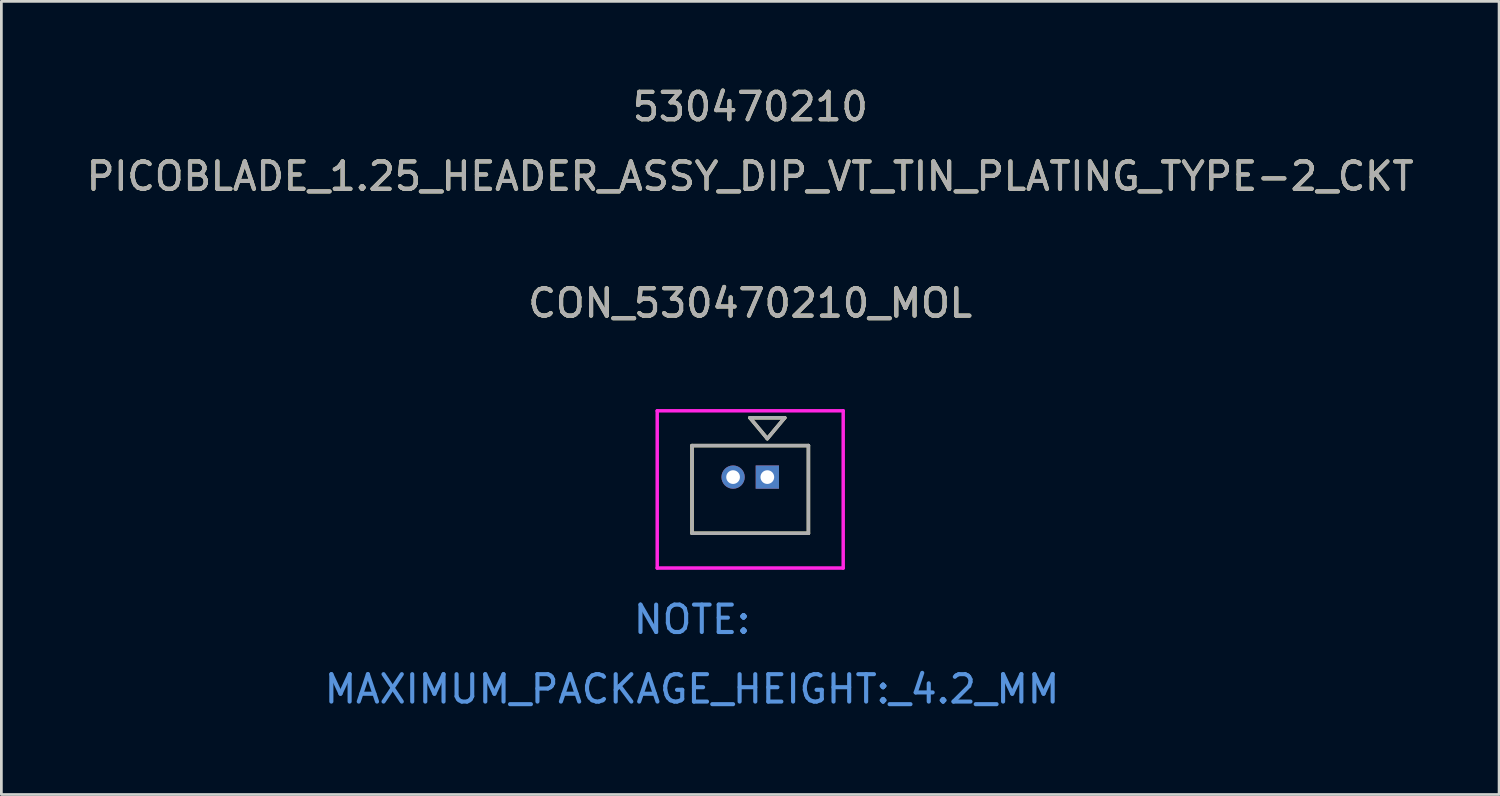
<source format=kicad_pcb>
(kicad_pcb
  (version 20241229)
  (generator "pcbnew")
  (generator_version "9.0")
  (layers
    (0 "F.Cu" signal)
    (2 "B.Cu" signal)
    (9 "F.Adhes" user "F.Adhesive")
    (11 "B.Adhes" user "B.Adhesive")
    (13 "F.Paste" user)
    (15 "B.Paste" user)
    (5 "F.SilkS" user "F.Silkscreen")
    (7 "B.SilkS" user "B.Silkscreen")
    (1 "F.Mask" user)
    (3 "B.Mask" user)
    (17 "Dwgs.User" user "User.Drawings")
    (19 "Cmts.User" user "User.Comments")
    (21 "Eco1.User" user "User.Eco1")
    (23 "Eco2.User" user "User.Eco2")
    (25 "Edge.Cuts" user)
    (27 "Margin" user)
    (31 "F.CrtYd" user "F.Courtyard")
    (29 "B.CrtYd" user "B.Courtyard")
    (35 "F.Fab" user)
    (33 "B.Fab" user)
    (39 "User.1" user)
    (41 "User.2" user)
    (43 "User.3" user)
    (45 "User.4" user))
  (footprint "CON_530470210_MOL"
    (layer "F.Cu")
    (at 24.964 14.368)
    (property "Reference" "CON_530470210_MOL" (at -0.625 -6.35 0) (unlocked yes) (layer "F.SilkS") (effects (font (size 1 1) (thickness 0.15))))
    (attr through_hole)
    (fp_line (start -2.75 -1.15) (end -2.75 2.05) (stroke (width 0.127) (type solid)) (layer "F.SilkS"))
    (fp_line (start -2.75 2.05) (end 1.5 2.05) (stroke (width 0.127) (type solid)) (layer "F.SilkS"))
    (fp_line (start -0.635 -2.166) (end 0 -1.404) (stroke (width 0.127) (type solid)) (layer "F.SilkS"))
    (fp_line (start 0 -1.404) (end 0.635 -2.166) (stroke (width 0.127) (type solid)) (layer "F.SilkS"))
    (fp_line (start 0.635 -2.166) (end -0.635 -2.166) (stroke (width 0.127) (type solid)) (layer "F.SilkS"))
    (fp_line (start 1.5 -1.15) (end -2.75 -1.15) (stroke (width 0.127) (type solid)) (layer "F.SilkS"))
    (fp_line (start 1.5 2.05) (end 1.5 -1.15) (stroke (width 0.127) (type solid)) (layer "F.SilkS"))
    (fp_line (start -4.02 -2.42) (end -4.02 3.32) (stroke (width 0.127) (type solid)) (layer "F.CrtYd"))
    (fp_line (start -4.02 3.32) (end 2.77 3.32) (stroke (width 0.127) (type solid)) (layer "F.CrtYd"))
    (fp_line (start 2.77 -2.42) (end -4.02 -2.42) (stroke (width 0.127) (type solid)) (layer "F.CrtYd"))
    (fp_line (start 2.77 3.32) (end 2.77 -2.42) (stroke (width 0.127) (type solid)) (layer "F.CrtYd"))
    (fp_line (start -2.75 -1.15) (end -2.75 2.05) (stroke (width 0.127) (type solid)) (layer "F.Fab"))
    (fp_line (start -2.75 2.05) (end 1.5 2.05) (stroke (width 0.127) (type solid)) (layer "F.Fab"))
    (fp_line (start -0.635 -2.166) (end 0 -1.404) (stroke (width 0.127) (type solid)) (layer "F.Fab"))
    (fp_line (start 0 -1.404) (end 0.635 -2.166) (stroke (width 0.127) (type solid)) (layer "F.Fab"))
    (fp_line (start 0.635 -2.166) (end -0.635 -2.166) (stroke (width 0.127) (type solid)) (layer "F.Fab"))
    (fp_line (start 1.5 -1.15) (end -2.75 -1.15) (stroke (width 0.127) (type solid)) (layer "F.Fab"))
    (fp_line (start 1.5 2.05) (end 1.5 -1.15) (stroke (width 0.127) (type solid)) (layer "F.Fab"))
    (fp_text user "530470210" (at -0.625 -13.52 0) (unlocked yes) (layer "F.SilkS") (effects (font (size 1 1) (thickness 0.15))))
    (fp_text user "PICOBLADE_1.25_HEADER_ASSY_DIP_VT_TIN_PLATING_TYPE-2_CKT" (at -0.625 -10.98 0) (unlocked yes) (layer "F.SilkS") (effects (font (size 1 1) (thickness 0.15))))
    (fp_text user "NOTE:" (at -2.75 5.2 0) (unlocked yes) (layer "Cmts.User") (effects (font (size 1 1) (thickness 0.15))))
    (fp_text user "MAXIMUM_PACKAGE_HEIGHT:_4.2_MM" (at -2.75 7.74 0) (unlocked yes) (layer "Cmts.User") (effects (font (size 1 1) (thickness 0.15))))
    (fp_text user "${REFERENCE}" (at -0.625 -6.35 0) (unlocked yes) (layer "F.Fab") (effects (font (size 1 1) (thickness 0.15))))
    (fp_text user "PICOBLADE_1.25_HEADER_ASSY_DIP_VT_TIN_PLATING_TYPE-2_CKT" (at -0.625 -10.98 0) (unlocked yes) (layer "F.Fab") (effects (font (size 1 1) (thickness 0.15))))
    (fp_text user "530470210" (at -0.625 -13.52 0) (unlocked yes) (layer "F.Fab") (effects (font (size 1 1) (thickness 0.15))))
    (pad "1" thru_hole rect (at 0 0) (size 0.85 0.85) (drill 0.5) (layers "*.Cu" "*.Mask"))
    (pad "2" thru_hole circle (at -1.25 0) (size 0.85 0.85) (drill 0.5) (layers "*.Cu" "*.Mask")))
  (gr_rect
    (start -3 -3)
    (end 51.679 25.956)
    (stroke (width 0.1) (type default))
    (fill no)
    (layer "Edge.Cuts")))
</source>
